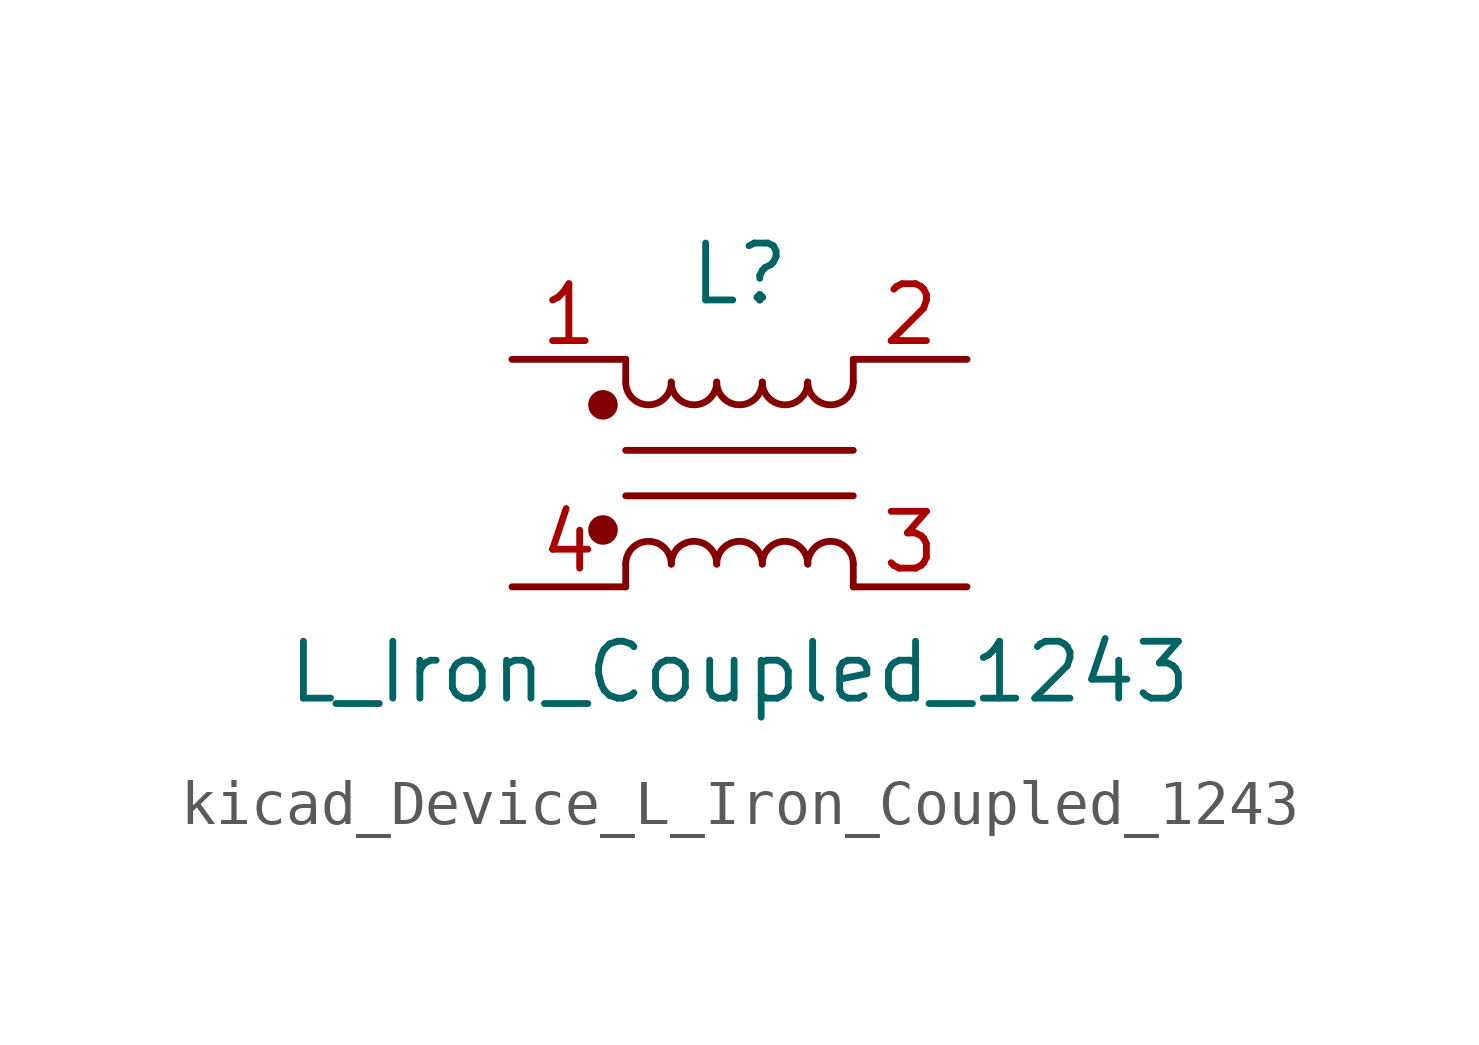
<source format=kicad_sym>
(kicad_symbol_lib
  (version 20220914)
  (generator kicad_symbol_editor)
  (symbol "kicad_Device_L_Iron_Coupled_1243"
    (pin_names
      (offset 0.254) hide)
    (property "Reference" "L"
      (at 0 4.445 0)
      (effects (font (size 1.27 1.27))))
    (property "Value" "L_Iron_Coupled_1243"
      (at 0 -4.445 0)
      (effects (font (size 1.27 1.27))))
    (symbol "kicad_Device_L_Iron_Coupled_1243_0_1"
      (circle (center -3.048 -1.27) (radius 0.254) (stroke (width 0) (type default)) (fill (type outline)))
      (circle (center -3.048 1.524) (radius 0.254) (stroke (width 0) (type default)) (fill (type outline)))
      (arc (start -2.54 2.032) (mid -2.032 1.5262) (end -1.524 2.032) (stroke (width 0) (type default)) (fill (type none)))
      (arc (start -1.524 -2.032) (mid -2.032 -1.5262) (end -2.54 -2.032) (stroke (width 0) (type default)) (fill (type none)))
      (arc (start -1.524 2.032) (mid -1.016 1.5262) (end -0.508 2.032) (stroke (width 0) (type default)) (fill (type none)))
      (arc (start -0.508 -2.032) (mid -1.016 -1.5262) (end -1.524 -2.032) (stroke (width 0) (type default)) (fill (type none)))
      (arc (start -0.508 2.032) (mid 0 1.5262) (end 0.508 2.032) (stroke (width 0) (type default)) (fill (type none)))
      (polyline (pts (xy -2.54 -2.032) (xy -2.54 -2.54)) (stroke (width 0) (type default)) (fill (type none)))
      (polyline (pts (xy -2.54 0.508) (xy 2.54 0.508)) (stroke (width 0) (type default)) (fill (type none)))
      (polyline (pts (xy -2.54 2.032) (xy -2.54 2.54)) (stroke (width 0) (type default)) (fill (type none)))
      (polyline (pts (xy 2.54 -2.032) (xy 2.54 -2.54)) (stroke (width 0) (type default)) (fill (type none)))
      (polyline (pts (xy 2.54 -0.508) (xy -2.54 -0.508)) (stroke (width 0) (type default)) (fill (type none)))
      (polyline (pts (xy 2.54 2.54) (xy 2.54 2.032)) (stroke (width 0) (type default)) (fill (type none)))
      (arc (start 0.508 -2.032) (mid 0 -1.5262) (end -0.508 -2.032) (stroke (width 0) (type default)) (fill (type none)))
      (arc (start 0.508 2.032) (mid 1.016 1.5262) (end 1.524 2.032) (stroke (width 0) (type default)) (fill (type none)))
      (arc (start 1.524 -2.032) (mid 1.016 -1.5262) (end 0.508 -2.032) (stroke (width 0) (type default)) (fill (type none)))
      (arc (start 1.524 2.032) (mid 2.032 1.5262) (end 2.54 2.032) (stroke (width 0) (type default)) (fill (type none)))
      (arc (start 2.54 -2.032) (mid 2.032 -1.5262) (end 1.524 -2.032) (stroke (width 0) (type default)) (fill (type none))))
    (symbol "kicad_Device_L_Iron_Coupled_1243_1_1"
      (pin passive line (at -5.08 2.54 0) (length 2.54) (name "1" (effects (font (size 1.27 1.27)))) (number "1" (effects (font (size 1.27 1.27)))))
      (pin passive line (at 5.08 2.54 180) (length 2.54) (name "2" (effects (font (size 1.27 1.27)))) (number "2" (effects (font (size 1.27 1.27)))))
      (pin passive line (at 5.08 -2.54 180) (length 2.54) (name "3" (effects (font (size 1.27 1.27)))) (number "3" (effects (font (size 1.27 1.27)))))
      (pin passive line (at -5.08 -2.54 0) (length 2.54) (name "4" (effects (font (size 1.27 1.27)))) (number "4" (effects (font (size 1.27 1.27))))))))
</source>
